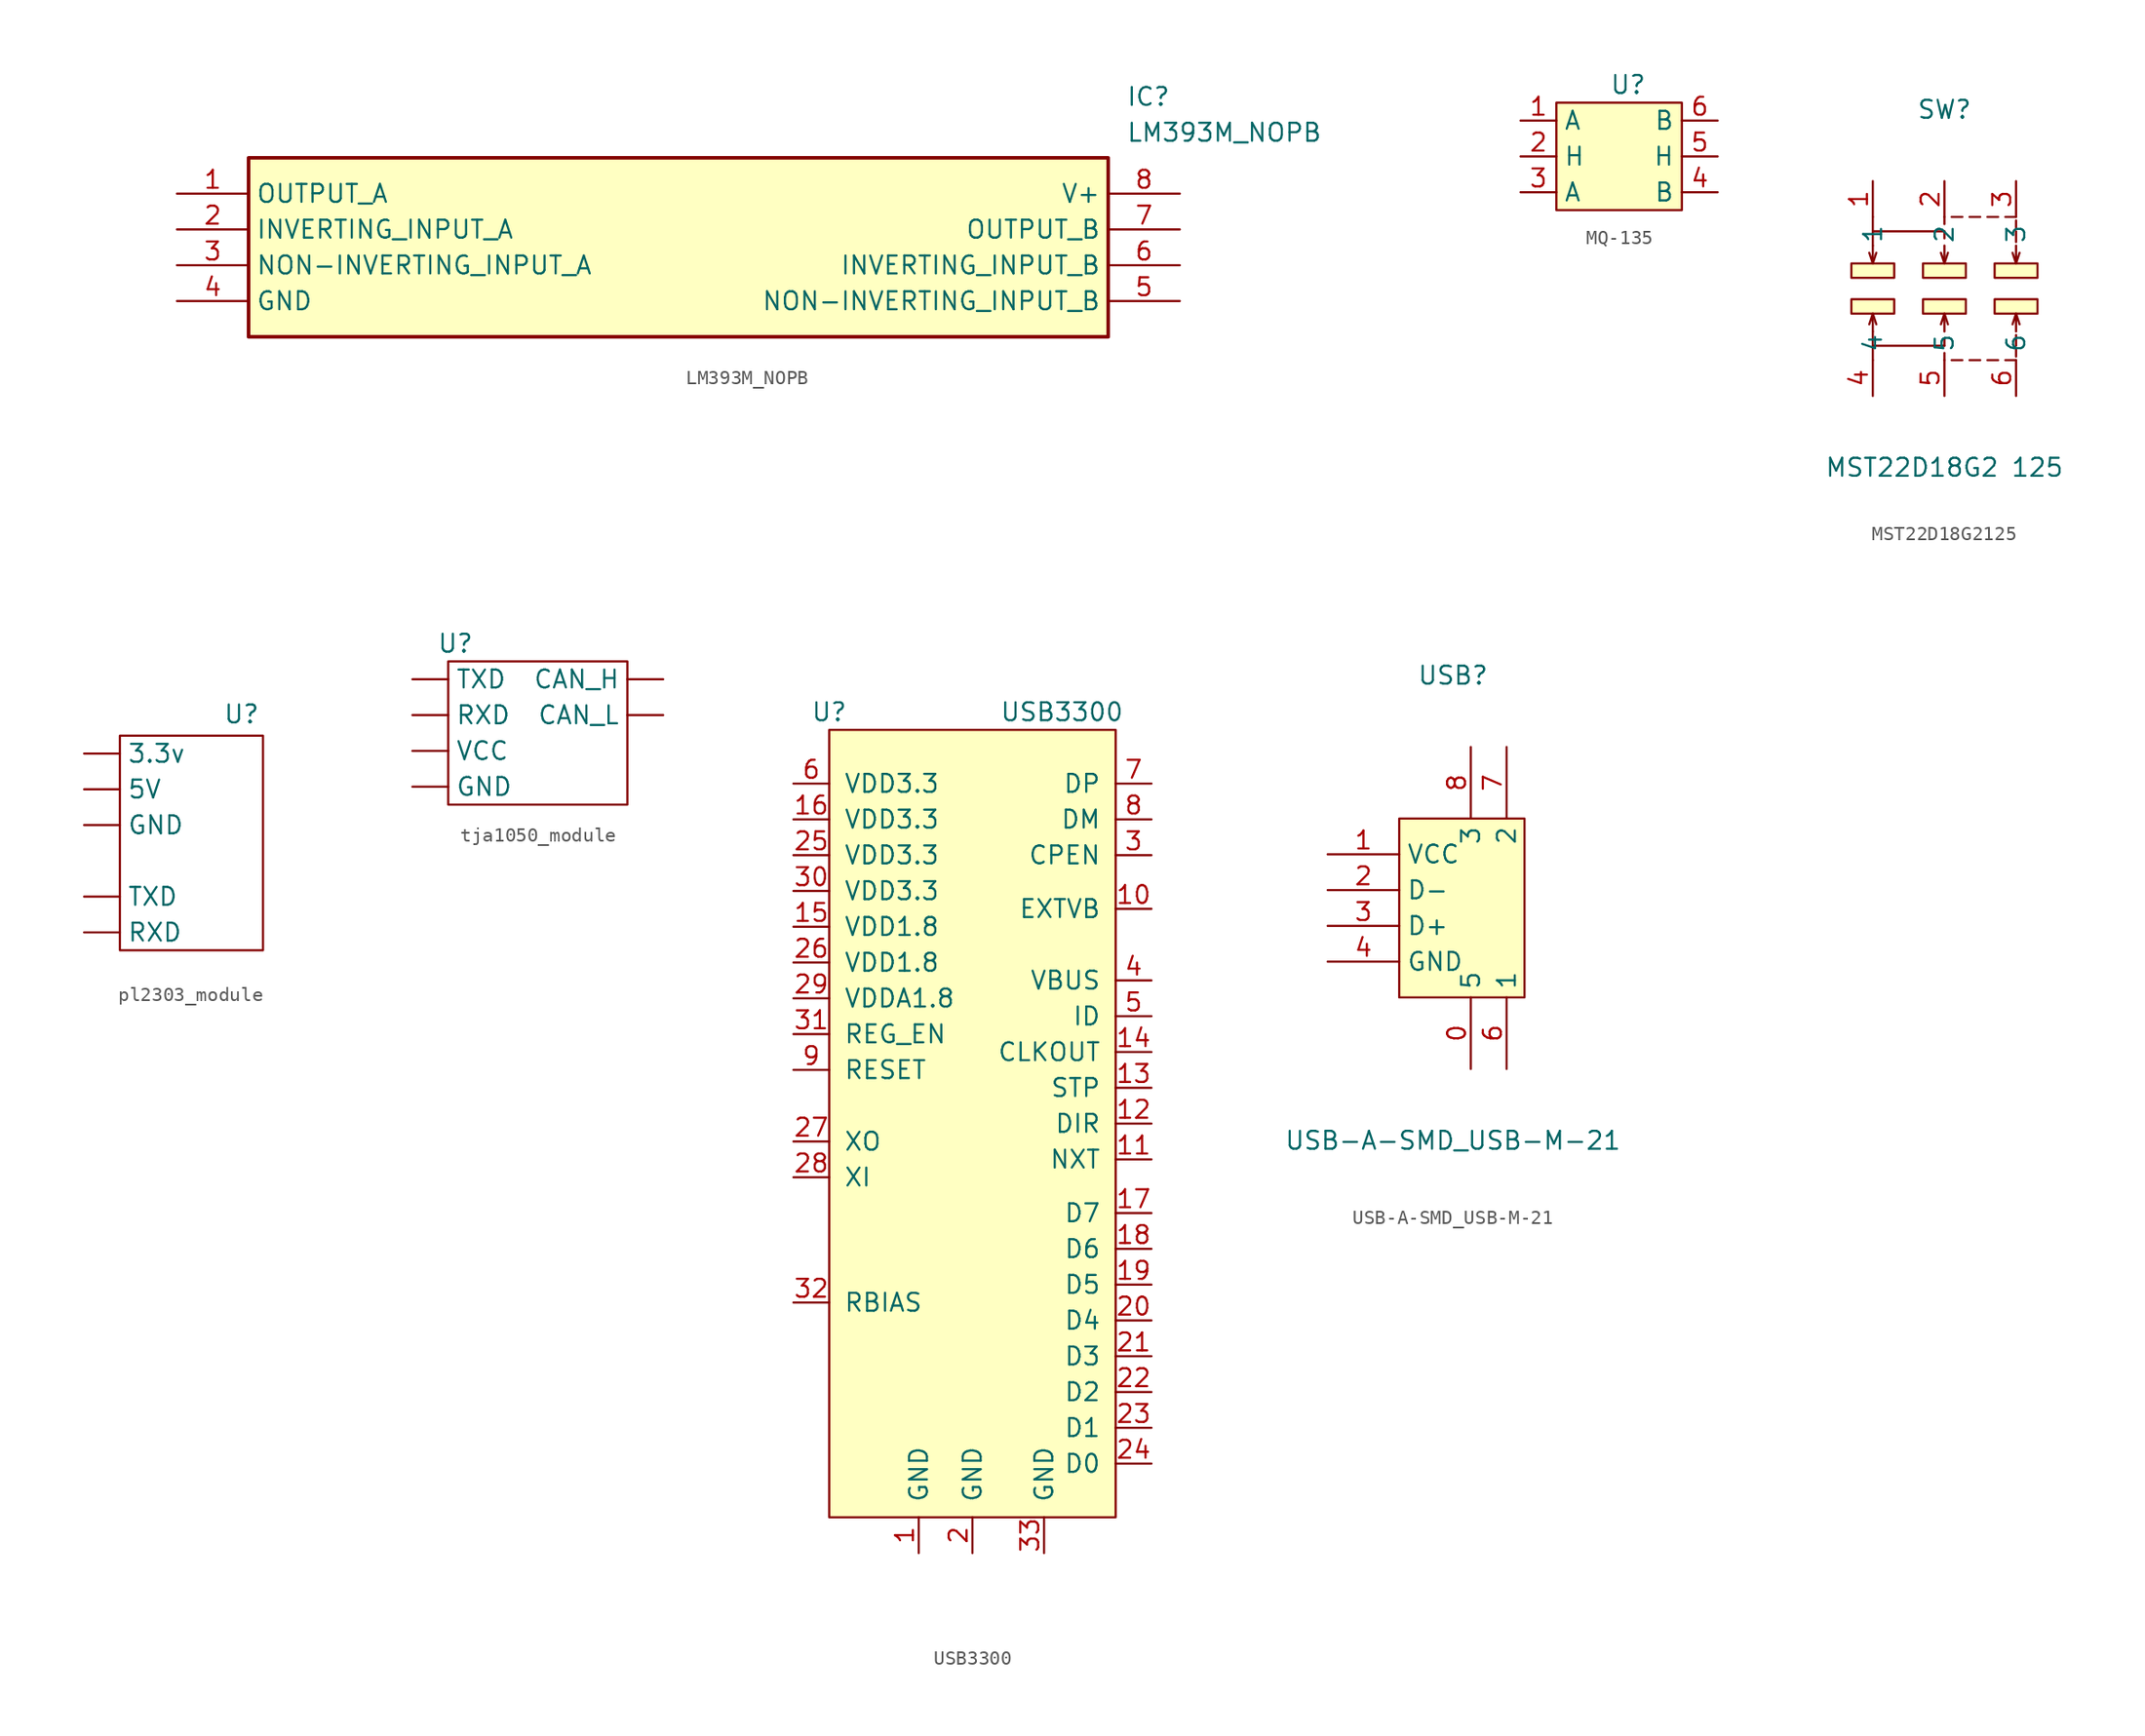
<source format=kicad_sym>
(kicad_symbol_lib
  (version 20241209)
  (generator "kicad_symbol_editor")
  (generator_version "9.0")
  (symbol "LM393M_NOPB"
    (property "Reference" "IC"
      (at 67.31 7.62 0)
      (effects (font (size 1.27 1.27)) (justify left top)))
    (property "Value" "LM393M_NOPB"
      (at 67.31 5.08 0)
      (effects (font (size 1.27 1.27)) (justify left top)))
    (symbol "LM393M_NOPB_1_1"
      (rectangle (start 5.08 2.54) (end 66.04 -10.16) (stroke (width 0.254) (type default)) (fill (type background)))
      (pin passive line (at 0 0 0) (length 5.08) (name "OUTPUT_A" (effects (font (size 1.27 1.27)))) (number "1" (effects (font (size 1.27 1.27)))))
      (pin passive line (at 0 -2.54 0) (length 5.08) (name "INVERTING_INPUT_A" (effects (font (size 1.27 1.27)))) (number "2" (effects (font (size 1.27 1.27)))))
      (pin passive line (at 0 -5.08 0) (length 5.08) (name "NON-INVERTING_INPUT_A" (effects (font (size 1.27 1.27)))) (number "3" (effects (font (size 1.27 1.27)))))
      (pin passive line (at 0 -7.62 0) (length 5.08) (name "GND" (effects (font (size 1.27 1.27)))) (number "4" (effects (font (size 1.27 1.27)))))
      (pin passive line (at 71.12 0 180) (length 5.08) (name "V+" (effects (font (size 1.27 1.27)))) (number "8" (effects (font (size 1.27 1.27)))))
      (pin passive line (at 71.12 -2.54 180) (length 5.08) (name "OUTPUT_B" (effects (font (size 1.27 1.27)))) (number "7" (effects (font (size 1.27 1.27)))))
      (pin passive line (at 71.12 -5.08 180) (length 5.08) (name "INVERTING_INPUT_B" (effects (font (size 1.27 1.27)))) (number "6" (effects (font (size 1.27 1.27)))))
      (pin passive line (at 71.12 -7.62 180) (length 5.08) (name "NON-INVERTING_INPUT_B" (effects (font (size 1.27 1.27)))) (number "5" (effects (font (size 1.27 1.27)))))))
  (symbol "MQ-135"
    (property "Reference" "U"
      (at 0 0 0)
      (effects (font (size 1.27 1.27))))
    (property "Value" ""
      (at 0 0 0)
      (effects (font (size 1.27 1.27))))
    (symbol "MQ-135_1_1"
      (rectangle (start -5.08 -1.27) (end 3.81 -8.89) (stroke (width 0) (type solid)) (fill (type background)))
      (pin input line (at -7.62 -2.54 0) (length 2.54) (name "A" (effects (font (size 1.27 1.27)))) (number "1" (effects (font (size 1.27 1.27)))))
      (pin input line (at -7.62 -5.08 0) (length 2.54) (name "H" (effects (font (size 1.27 1.27)))) (number "2" (effects (font (size 1.27 1.27)))))
      (pin input line (at -7.62 -7.62 0) (length 2.54) (name "A" (effects (font (size 1.27 1.27)))) (number "3" (effects (font (size 1.27 1.27)))))
      (pin input line (at 6.35 -2.54 180) (length 2.54) (name "B" (effects (font (size 1.27 1.27)))) (number "6" (effects (font (size 1.27 1.27)))))
      (pin input line (at 6.35 -5.08 180) (length 2.54) (name "H" (effects (font (size 1.27 1.27)))) (number "5" (effects (font (size 1.27 1.27)))))
      (pin input line (at 6.35 -7.62 180) (length 2.54) (name "B" (effects (font (size 1.27 1.27)))) (number "4" (effects (font (size 1.27 1.27)))))))
  (symbol "MST22D18G2125"
    (property "Reference" "SW"
      (at 0 12.7 0)
      (effects (font (size 1.27 1.27))))
    (property "Value" "MST22D18G2 125"
      (at 0 -12.7 0)
      (effects (font (size 1.27 1.27))))
    (symbol "MST22D18G2125_0_1"
      (rectangle (start -6.6 1.78) (end -3.56 0.76) (stroke (width 0) (type default)) (fill (type background)))
      (rectangle (start -6.6 -0.76) (end -3.56 -1.78) (stroke (width 0) (type default)) (fill (type background)))
      (polyline (pts (xy -5.08 4.06) (xy -5.08 5.08)) (stroke (width 0) (type default)) (fill (type none)))
      (polyline (pts (xy -5.08 3.05) (xy -5.08 4.06) (xy 0 4.06)) (stroke (width 0) (type default)) (fill (type none)))
      (polyline (pts (xy -5.08 3.05) (xy -5.08 1.78) (xy -5.33 2.54)) (stroke (width 0) (type default)) (fill (type none)))
      (polyline (pts (xy -5.08 1.78) (xy -4.83 2.54)) (stroke (width 0) (type default)) (fill (type none)))
      (polyline (pts (xy -5.08 -1.78) (xy -4.83 -2.54)) (stroke (width 0) (type default)) (fill (type none)))
      (polyline (pts (xy -5.08 -3.05) (xy -5.08 -1.78) (xy -5.33 -2.54)) (stroke (width 0) (type default)) (fill (type none)))
      (polyline (pts (xy -5.08 -3.05) (xy -5.08 -4.06) (xy 0 -4.06)) (stroke (width 0) (type default)) (fill (type none)))
      (polyline (pts (xy -5.08 -4.06) (xy -5.08 -5.08)) (stroke (width 0) (type default)) (fill (type none)))
      (rectangle (start -1.52 1.78) (end 1.52 0.76) (stroke (width 0) (type default)) (fill (type background)))
      (rectangle (start -1.52 -0.76) (end 1.52 -1.78) (stroke (width 0) (type default)) (fill (type background)))
      (polyline (pts (xy 0 4.57) (xy 0 5.08)) (stroke (width 0) (type default)) (fill (type none)))
      (polyline (pts (xy 0 3.56) (xy 0 4.06)) (stroke (width 0) (type default)) (fill (type none)))
      (polyline (pts (xy 0 3.05) (xy 0 1.78) (xy -0.25 2.54)) (stroke (width 0) (type default)) (fill (type none)))
      (polyline (pts (xy 0 1.78) (xy 0.25 2.54)) (stroke (width 0) (type default)) (fill (type none)))
      (polyline (pts (xy 0 -1.78) (xy 0.25 -2.54)) (stroke (width 0) (type default)) (fill (type none)))
      (polyline (pts (xy 0 -3.05) (xy 0 -1.78) (xy -0.25 -2.54)) (stroke (width 0) (type default)) (fill (type none)))
      (polyline (pts (xy 0 -3.56) (xy 0 -4.06)) (stroke (width 0) (type default)) (fill (type none)))
      (polyline (pts (xy 0 -4.57) (xy 0 -5.08)) (stroke (width 0) (type default)) (fill (type none)))
      (polyline (pts (xy 0.51 5.08) (xy 1.27 5.08)) (stroke (width 0) (type default)) (fill (type none)))
      (polyline (pts (xy 0.51 -5.08) (xy 1.27 -5.08)) (stroke (width 0) (type default)) (fill (type none)))
      (polyline (pts (xy 1.78 5.08) (xy 2.54 5.08)) (stroke (width 0) (type default)) (fill (type none)))
      (polyline (pts (xy 1.78 -5.08) (xy 2.54 -5.08)) (stroke (width 0) (type default)) (fill (type none)))
      (polyline (pts (xy 3.05 5.08) (xy 3.81 5.08)) (stroke (width 0) (type default)) (fill (type none)))
      (polyline (pts (xy 3.05 -5.08) (xy 3.81 -5.08)) (stroke (width 0) (type default)) (fill (type none)))
      (rectangle (start 3.56 1.78) (end 6.6 0.76) (stroke (width 0) (type default)) (fill (type background)))
      (rectangle (start 3.56 -0.76) (end 6.6 -1.78) (stroke (width 0) (type default)) (fill (type background)))
      (polyline (pts (xy 4.32 5.08) (xy 5.08 5.08)) (stroke (width 0) (type default)) (fill (type none)))
      (polyline (pts (xy 4.32 -5.08) (xy 5.08 -5.08)) (stroke (width 0) (type default)) (fill (type none)))
      (polyline (pts (xy 5.08 4.83) (xy 5.08 4.32)) (stroke (width 0) (type default)) (fill (type none)))
      (polyline (pts (xy 5.08 4.06) (xy 5.08 3.3)) (stroke (width 0) (type default)) (fill (type none)))
      (polyline (pts (xy 5.08 3.05) (xy 5.08 1.78) (xy 4.83 2.54)) (stroke (width 0) (type default)) (fill (type none)))
      (polyline (pts (xy 5.08 1.78) (xy 5.33 2.54)) (stroke (width 0) (type default)) (fill (type none)))
      (polyline (pts (xy 5.08 -1.78) (xy 5.33 -2.54)) (stroke (width 0) (type default)) (fill (type none)))
      (polyline (pts (xy 5.08 -3.05) (xy 5.08 -1.78) (xy 4.83 -2.54)) (stroke (width 0) (type default)) (fill (type none)))
      (polyline (pts (xy 5.08 -4.06) (xy 5.08 -3.3)) (stroke (width 0) (type default)) (fill (type none)))
      (polyline (pts (xy 5.08 -4.83) (xy 5.08 -4.32)) (stroke (width 0) (type default)) (fill (type none)))
      (pin unspecified line (at -5.08 7.62 270) (length 2.54) (name "1" (effects (font (size 1.27 1.27)))) (number "1" (effects (font (size 1.27 1.27)))))
      (pin unspecified line (at -5.08 -7.62 90) (length 2.54) (name "4" (effects (font (size 1.27 1.27)))) (number "4" (effects (font (size 1.27 1.27)))))
      (pin unspecified line (at 0 7.62 270) (length 2.54) (name "2" (effects (font (size 1.27 1.27)))) (number "2" (effects (font (size 1.27 1.27)))))
      (pin unspecified line (at 0 -7.62 90) (length 2.54) (name "5" (effects (font (size 1.27 1.27)))) (number "5" (effects (font (size 1.27 1.27)))))
      (pin unspecified line (at 5.08 7.62 270) (length 2.54) (name "3" (effects (font (size 1.27 1.27)))) (number "3" (effects (font (size 1.27 1.27)))))
      (pin unspecified line (at 5.08 -7.62 90) (length 2.54) (name "6" (effects (font (size 1.27 1.27)))) (number "6" (effects (font (size 1.27 1.27)))))))
  (symbol "pl2303_module"
    (property "Reference" "U"
      (at -4.064 -4.826 0)
      (effects (font (size 1.27 1.27))))
    (property "Value" ""
      (at 0 0 0)
      (effects (font (size 1.27 1.27))))
    (symbol "pl2303_module_0_1"
      (rectangle (start -12.7 -6.35) (end -2.54 -21.59) (stroke (width 0) (type default)) (fill (type none))))
    (symbol "pl2303_module_1_1"
      (pin input line (at -15.24 -7.62 0) (length 2.54) (name "3.3v" (effects (font (size 1.27 1.27)))) (number "" (effects (font (size 1.27 1.27)))))
      (pin input line (at -15.24 -10.16 0) (length 2.54) (name "5V" (effects (font (size 1.27 1.27)))) (number "" (effects (font (size 1.27 1.27)))))
      (pin input line (at -15.24 -12.7 0) (length 2.54) (name "GND" (effects (font (size 1.27 1.27)))) (number "" (effects (font (size 1.27 1.27)))))
      (pin input line (at -15.24 -17.78 0) (length 2.54) (name "TXD" (effects (font (size 1.27 1.27)))) (number "" (effects (font (size 1.27 1.27)))))
      (pin input line (at -15.24 -20.32 0) (length 2.54) (name "RXD" (effects (font (size 1.27 1.27)))) (number "" (effects (font (size 1.27 1.27)))))))
  (symbol "tja1050_module"
    (property "Reference" "U"
      (at -4.572 2.54 0)
      (effects (font (size 1.27 1.27))))
    (property "Value" ""
      (at 0 0 0)
      (effects (font (size 1.27 1.27))))
    (symbol "tja1050_module_0_1"
      (rectangle (start -5.08 1.27) (end 7.62 -8.89) (stroke (width 0) (type default)) (fill (type none))))
    (symbol "tja1050_module_1_1"
      (pin input line (at -7.62 0 0) (length 2.54) (name "TXD" (effects (font (size 1.27 1.27)))) (number "" (effects (font (size 1.27 1.27)))))
      (pin input line (at -7.62 -2.54 0) (length 2.54) (name "RXD" (effects (font (size 1.27 1.27)))) (number "" (effects (font (size 1.27 1.27)))))
      (pin input line (at -7.62 -5.08 0) (length 2.54) (name "VCC" (effects (font (size 1.27 1.27)))) (number "" (effects (font (size 1.27 1.27)))))
      (pin input line (at -7.62 -7.62 0) (length 2.54) (name "GND" (effects (font (size 1.27 1.27)))) (number "" (effects (font (size 1.27 1.27)))))
      (pin input line (at 10.16 0 180) (length 2.54) (name "CAN_H" (effects (font (size 1.27 1.27)))) (number "" (effects (font (size 1.27 1.27)))))
      (pin input line (at 10.16 -2.54 180) (length 2.54) (name "CAN_L" (effects (font (size 1.27 1.27)))) (number "" (effects (font (size 1.27 1.27)))))))
  (symbol "USB3300"
    (pin_names
      (offset 1.016))
    (property "Reference" "U"
      (at -10.16 27.94 0)
      (effects (font (size 1.27 1.27))))
    (property "Value" "USB3300"
      (at 6.35 27.94 0)
      (effects (font (size 1.27 1.27))))
    (symbol "USB3300_0_1"
      (rectangle (start 10.16 -29.21) (end -10.16 26.67) (stroke (width 0) (type solid)) (fill (type background))))
    (symbol "USB3300_1_1"
      (pin power_in line (at -12.7 22.86 0) (length 2.54) (name "VDD3.3" (effects (font (size 1.27 1.27)))) (number "6" (effects (font (size 1.27 1.27)))))
      (pin power_in line (at -12.7 20.32 0) (length 2.54) (name "VDD3.3" (effects (font (size 1.27 1.27)))) (number "16" (effects (font (size 1.27 1.27)))))
      (pin power_in line (at -12.7 17.78 0) (length 2.54) (name "VDD3.3" (effects (font (size 1.27 1.27)))) (number "25" (effects (font (size 1.27 1.27)))))
      (pin power_in line (at -12.7 15.24 0) (length 2.54) (name "VDD3.3" (effects (font (size 1.27 1.27)))) (number "30" (effects (font (size 1.27 1.27)))))
      (pin power_in line (at -12.7 12.7 0) (length 2.54) (name "VDD1.8" (effects (font (size 1.27 1.27)))) (number "15" (effects (font (size 1.27 1.27)))))
      (pin power_in line (at -12.7 10.16 0) (length 2.54) (name "VDD1.8" (effects (font (size 1.27 1.27)))) (number "26" (effects (font (size 1.27 1.27)))))
      (pin power_in line (at -12.7 7.62 0) (length 2.54) (name "VDDA1.8" (effects (font (size 1.27 1.27)))) (number "29" (effects (font (size 1.27 1.27)))))
      (pin bidirectional line (at -12.7 5.08 0) (length 2.54) (name "REG_EN" (effects (font (size 1.27 1.27)))) (number "31" (effects (font (size 1.27 1.27)))))
      (pin bidirectional line (at -12.7 2.54 0) (length 2.54) (name "RESET" (effects (font (size 1.27 1.27)))) (number "9" (effects (font (size 1.27 1.27)))))
      (pin output line (at -12.7 -2.54 0) (length 2.54) (name "XO" (effects (font (size 1.27 1.27)))) (number "27" (effects (font (size 1.27 1.27)))))
      (pin input line (at -12.7 -5.08 0) (length 2.54) (name "XI" (effects (font (size 1.27 1.27)))) (number "28" (effects (font (size 1.27 1.27)))))
      (pin bidirectional line (at -12.7 -13.97 0) (length 2.54) (name "RBIAS" (effects (font (size 1.27 1.27)))) (number "32" (effects (font (size 1.27 1.27)))))
      (pin power_in line (at -3.81 -31.75 90) (length 2.54) (name "GND" (effects (font (size 1.27 1.27)))) (number "1" (effects (font (size 1.27 1.27)))))
      (pin power_in line (at 0 -31.75 90) (length 2.54) (name "GND" (effects (font (size 1.27 1.27)))) (number "2" (effects (font (size 1.27 1.27)))))
      (pin power_in line (at 5.08 -31.75 90) (length 2.54) (name "GND" (effects (font (size 1.27 1.27)))) (number "33" (effects (font (size 1.27 1.27)))))
      (pin bidirectional line (at 12.7 22.86 180) (length 2.54) (name "DP" (effects (font (size 1.27 1.27)))) (number "7" (effects (font (size 1.27 1.27)))))
      (pin bidirectional line (at 12.7 20.32 180) (length 2.54) (name "DM" (effects (font (size 1.27 1.27)))) (number "8" (effects (font (size 1.27 1.27)))))
      (pin output line (at 12.7 17.78 180) (length 2.54) (name "CPEN" (effects (font (size 1.27 1.27)))) (number "3" (effects (font (size 1.27 1.27)))))
      (pin input line (at 12.7 13.97 180) (length 2.54) (name "EXTVB" (effects (font (size 1.27 1.27)))) (number "10" (effects (font (size 1.27 1.27)))))
      (pin bidirectional line (at 12.7 8.89 180) (length 2.54) (name "VBUS" (effects (font (size 1.27 1.27)))) (number "4" (effects (font (size 1.27 1.27)))))
      (pin input line (at 12.7 6.35 180) (length 2.54) (name "ID" (effects (font (size 1.27 1.27)))) (number "5" (effects (font (size 1.27 1.27)))))
      (pin output line (at 12.7 3.81 180) (length 2.54) (name "CLKOUT" (effects (font (size 1.27 1.27)))) (number "14" (effects (font (size 1.27 1.27)))))
      (pin input line (at 12.7 1.27 180) (length 2.54) (name "STP" (effects (font (size 1.27 1.27)))) (number "13" (effects (font (size 1.27 1.27)))))
      (pin output line (at 12.7 -1.27 180) (length 2.54) (name "DIR" (effects (font (size 1.27 1.27)))) (number "12" (effects (font (size 1.27 1.27)))))
      (pin output line (at 12.7 -3.81 180) (length 2.54) (name "NXT" (effects (font (size 1.27 1.27)))) (number "11" (effects (font (size 1.27 1.27)))))
      (pin bidirectional line (at 12.7 -7.62 180) (length 2.54) (name "D7" (effects (font (size 1.27 1.27)))) (number "17" (effects (font (size 1.27 1.27)))))
      (pin bidirectional line (at 12.7 -10.16 180) (length 2.54) (name "D6" (effects (font (size 1.27 1.27)))) (number "18" (effects (font (size 1.27 1.27)))))
      (pin bidirectional line (at 12.7 -12.7 180) (length 2.54) (name "D5" (effects (font (size 1.27 1.27)))) (number "19" (effects (font (size 1.27 1.27)))))
      (pin bidirectional line (at 12.7 -15.24 180) (length 2.54) (name "D4" (effects (font (size 1.27 1.27)))) (number "20" (effects (font (size 1.27 1.27)))))
      (pin bidirectional line (at 12.7 -17.78 180) (length 2.54) (name "D3" (effects (font (size 1.27 1.27)))) (number "21" (effects (font (size 1.27 1.27)))))
      (pin bidirectional line (at 12.7 -20.32 180) (length 2.54) (name "D2" (effects (font (size 1.27 1.27)))) (number "22" (effects (font (size 1.27 1.27)))))
      (pin bidirectional line (at 12.7 -22.86 180) (length 2.54) (name "D1" (effects (font (size 1.27 1.27)))) (number "23" (effects (font (size 1.27 1.27)))))
      (pin bidirectional line (at 12.7 -25.4 180) (length 2.54) (name "D0" (effects (font (size 1.27 1.27)))) (number "24" (effects (font (size 1.27 1.27)))))))
  (symbol "USB-A-SMD_USB-M-21"
    (property "Reference" "USB"
      (at 0 16.51 0)
      (effects (font (size 1.27 1.27))))
    (property "Value" "USB-A-SMD_USB-M-21"
      (at 0 -16.51 0)
      (effects (font (size 1.27 1.27))))
    (symbol "USB-A-SMD_USB-M-21_0_1"
      (rectangle (start -3.81 6.35) (end 5.08 -6.35) (stroke (width 0) (type default) (color 0 0 0 0)) (fill (type background)))
      (pin input line (at -8.89 3.81 0) (length 5.08) (name "VCC" (effects (font (size 1.27 1.27)))) (number "1" (effects (font (size 1.27 1.27)))))
      (pin input line (at -8.89 1.27 0) (length 5.08) (name "D-" (effects (font (size 1.27 1.27)))) (number "2" (effects (font (size 1.27 1.27)))))
      (pin input line (at -8.89 -1.27 0) (length 5.08) (name "D+" (effects (font (size 1.27 1.27)))) (number "3" (effects (font (size 1.27 1.27)))))
      (pin input line (at -8.89 -3.81 0) (length 5.08) (name "GND" (effects (font (size 1.27 1.27)))) (number "4" (effects (font (size 1.27 1.27)))))
      (pin unspecified line (at 1.27 -11.43 90) (length 5.08) (name "5" (effects (font (size 1.27 1.27)))) (number "0" (effects (font (size 1.27 1.27)))))
      (pin unspecified line (at 3.81 -11.43 90) (length 5.08) (name "1" (effects (font (size 1.27 1.27)))) (number "6" (effects (font (size 1.27 1.27)))))
      (pin unspecified line (at 3.81 11.43 270) (length 5.08) (name "2" (effects (font (size 1.27 1.27)))) (number "7" (effects (font (size 1.27 1.27)))))
      (pin unspecified line (at 1.27 11.43 270) (length 5.08) (name "3" (effects (font (size 1.27 1.27)))) (number "8" (effects (font (size 1.27 1.27))))))))
</source>
